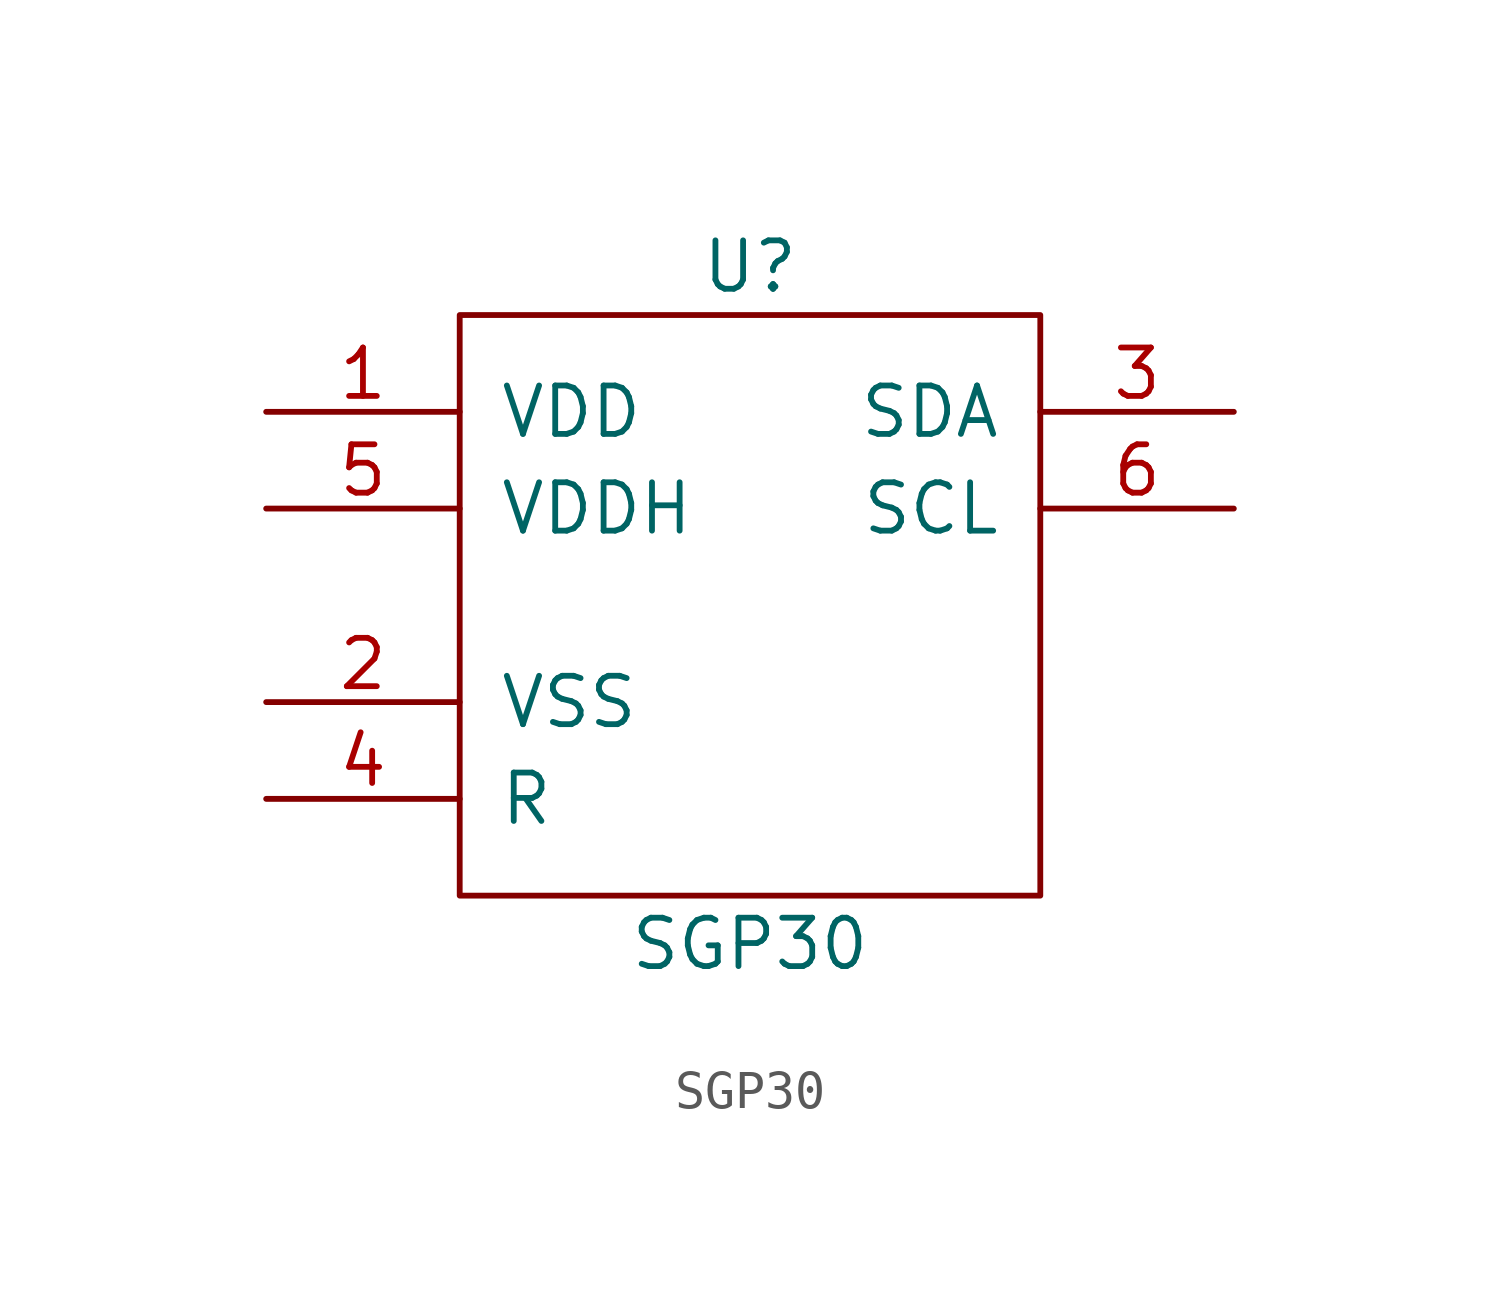
<source format=kicad_sym>
(kicad_symbol_lib
  (version 20211014)
  (generator kicad_symbol_editor)
  (symbol "SGP30"
    (pin_names
      (offset 1.016))
    (property "Reference" "U"
      (at 0 8.89 0)
      (effects (font (size 1.27 1.27))))
    (property "Value" "SGP30"
      (at 0 -8.89 0)
      (effects (font (size 1.27 1.27))))
    (symbol "SGP30_0_1"
      (rectangle (start -7.62 7.62) (end 7.62 -7.62) (stroke (width 0) (type default) (color 0 0 0 0)) (fill (type none))))
    (symbol "SGP30_1_1"
      (pin input line (at -12.7 5.08 0) (length 5.08) (name "VDD" (effects (font (size 1.27 1.27)))) (number "1" (effects (font (size 1.27 1.27)))))
      (pin input line (at -12.7 -2.54 0) (length 5.08) (name "VSS" (effects (font (size 1.27 1.27)))) (number "2" (effects (font (size 1.27 1.27)))))
      (pin input line (at 12.7 5.08 180) (length 5.08) (name "SDA" (effects (font (size 1.27 1.27)))) (number "3" (effects (font (size 1.27 1.27)))))
      (pin input line (at -12.7 -5.08 0) (length 5.08) (name "R" (effects (font (size 1.27 1.27)))) (number "4" (effects (font (size 1.27 1.27)))))
      (pin input line (at -12.7 2.54 0) (length 5.08) (name "VDDH" (effects (font (size 1.27 1.27)))) (number "5" (effects (font (size 1.27 1.27)))))
      (pin input line (at 12.7 2.54 180) (length 5.08) (name "SCL" (effects (font (size 1.27 1.27)))) (number "6" (effects (font (size 1.27 1.27))))))))
</source>
